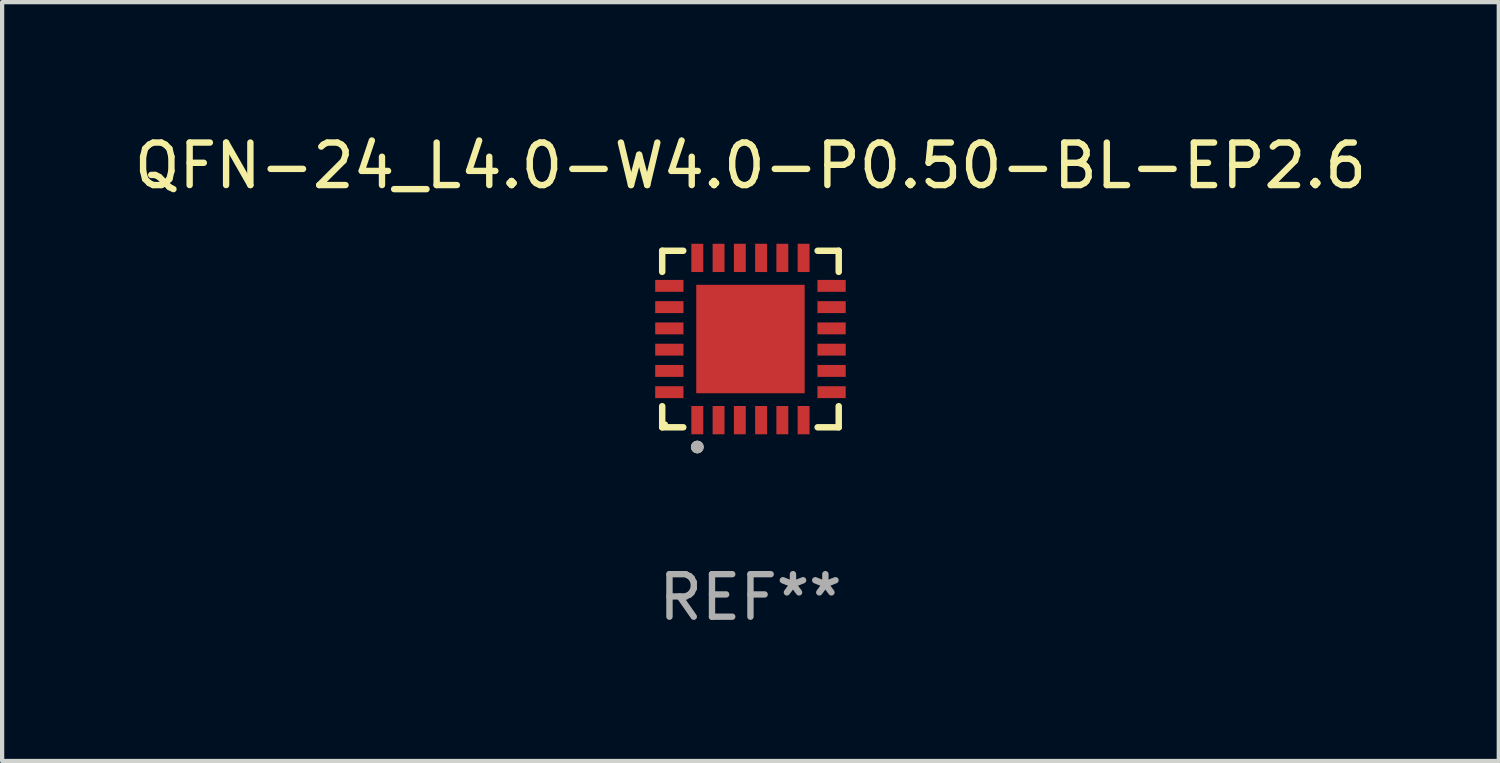
<source format=kicad_pcb>
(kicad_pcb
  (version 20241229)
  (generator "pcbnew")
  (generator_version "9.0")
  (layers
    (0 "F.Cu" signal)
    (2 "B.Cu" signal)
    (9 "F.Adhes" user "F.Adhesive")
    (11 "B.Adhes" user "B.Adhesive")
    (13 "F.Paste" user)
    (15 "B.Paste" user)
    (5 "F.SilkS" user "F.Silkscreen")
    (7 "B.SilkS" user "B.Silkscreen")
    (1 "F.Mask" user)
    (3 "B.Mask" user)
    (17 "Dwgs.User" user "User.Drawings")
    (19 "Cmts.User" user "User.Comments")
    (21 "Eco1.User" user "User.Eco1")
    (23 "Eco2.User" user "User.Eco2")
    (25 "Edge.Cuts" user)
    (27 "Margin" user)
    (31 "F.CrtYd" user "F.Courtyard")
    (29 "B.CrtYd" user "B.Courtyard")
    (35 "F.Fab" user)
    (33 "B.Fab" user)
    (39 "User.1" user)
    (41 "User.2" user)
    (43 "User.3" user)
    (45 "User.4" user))
  (footprint "QFN-24_L4.0-W4.0-P0.50-BL-EP2.6"
    (layer "F.Cu")
    (at 14.601 4.924)
    (property "Reference" "QFN-24_L4.0-W4.0-P0.50-BL-EP2.6" (at 0 -4.076 0) (layer "F.SilkS") (effects (font (size 1 1) (thickness 0.15))))
    (attr through_hole)
    (fp_line (start -2.076 -2.076) (end -1.58 -2.076) (stroke (width 0.152) (type solid)) (layer "F.SilkS"))
    (fp_line (start -2.076 -1.58) (end -2.076 -2.076) (stroke (width 0.152) (type solid)) (layer "F.SilkS"))
    (fp_line (start -2.076 1.58) (end -2.076 2.076) (stroke (width 0.152) (type solid)) (layer "F.SilkS"))
    (fp_line (start -2.076 2.076) (end -1.58 2.076) (stroke (width 0.152) (type solid)) (layer "F.SilkS"))
    (fp_line (start 2.076 -2.076) (end 1.58 -2.076) (stroke (width 0.152) (type solid)) (layer "F.SilkS"))
    (fp_line (start 2.076 -1.58) (end 2.076 -2.076) (stroke (width 0.152) (type solid)) (layer "F.SilkS"))
    (fp_line (start 2.076 1.58) (end 2.076 2.076) (stroke (width 0.152) (type solid)) (layer "F.SilkS"))
    (fp_line (start 2.076 2.076) (end 1.58 2.076) (stroke (width 0.152) (type solid)) (layer "F.SilkS"))
    (fp_circle (center -2 2) (end -1.97 2) (stroke (width 0.06) (type solid)) (fill no) (layer "F.SilkS"))
    (fp_circle (center -1.25 2.54) (end -1.175 2.54) (stroke (width 0.15) (type solid)) (fill no) (layer "F.SilkS"))
    (fp_circle (center -1.25 2.54) (end -1.175 2.54) (stroke (width 0.15) (type solid)) (fill no) (layer "F.Fab"))
    (fp_text user "REF**" (at 0 6.076 0) (layer "F.Fab") (effects (font (size 1 1) (thickness 0.15))))
    (pad "1" smd rect (at -1.25 1.908) (size 0.28 0.665) (layers "F.Cu" "F.Mask" "F.Paste"))
    (pad "2" smd rect (at -0.75 1.908) (size 0.28 0.665) (layers "F.Cu" "F.Mask" "F.Paste"))
    (pad "3" smd rect (at -0.25 1.908) (size 0.28 0.665) (layers "F.Cu" "F.Mask" "F.Paste"))
    (pad "4" smd rect (at 0.25 1.908) (size 0.28 0.665) (layers "F.Cu" "F.Mask" "F.Paste"))
    (pad "5" smd rect (at 0.75 1.908) (size 0.28 0.665) (layers "F.Cu" "F.Mask" "F.Paste"))
    (pad "6" smd rect (at 1.25 1.908) (size 0.28 0.665) (layers "F.Cu" "F.Mask" "F.Paste"))
    (pad "7" smd rect (at 1.908 1.25) (size 0.665 0.28) (layers "F.Cu" "F.Mask" "F.Paste"))
    (pad "8" smd rect (at 1.908 0.75) (size 0.665 0.28) (layers "F.Cu" "F.Mask" "F.Paste"))
    (pad "9" smd rect (at 1.908 0.25) (size 0.665 0.28) (layers "F.Cu" "F.Mask" "F.Paste"))
    (pad "10" smd rect (at 1.908 -0.25) (size 0.665 0.28) (layers "F.Cu" "F.Mask" "F.Paste"))
    (pad "11" smd rect (at 1.908 -0.75) (size 0.665 0.28) (layers "F.Cu" "F.Mask" "F.Paste"))
    (pad "12" smd rect (at 1.908 -1.25) (size 0.665 0.28) (layers "F.Cu" "F.Mask" "F.Paste"))
    (pad "13" smd rect (at 1.25 -1.908) (size 0.28 0.665) (layers "F.Cu" "F.Mask" "F.Paste"))
    (pad "14" smd rect (at 0.75 -1.908) (size 0.28 0.665) (layers "F.Cu" "F.Mask" "F.Paste"))
    (pad "15" smd rect (at 0.25 -1.908) (size 0.28 0.665) (layers "F.Cu" "F.Mask" "F.Paste"))
    (pad "16" smd rect (at -0.25 -1.908) (size 0.28 0.665) (layers "F.Cu" "F.Mask" "F.Paste"))
    (pad "17" smd rect (at -0.75 -1.908) (size 0.28 0.665) (layers "F.Cu" "F.Mask" "F.Paste"))
    (pad "18" smd rect (at -1.25 -1.908) (size 0.28 0.665) (layers "F.Cu" "F.Mask" "F.Paste"))
    (pad "19" smd rect (at -1.908 -1.25) (size 0.665 0.28) (layers "F.Cu" "F.Mask" "F.Paste"))
    (pad "20" smd rect (at -1.908 -0.75) (size 0.665 0.28) (layers "F.Cu" "F.Mask" "F.Paste"))
    (pad "21" smd rect (at -1.908 -0.25) (size 0.665 0.28) (layers "F.Cu" "F.Mask" "F.Paste"))
    (pad "22" smd rect (at -1.908 0.25) (size 0.665 0.28) (layers "F.Cu" "F.Mask" "F.Paste"))
    (pad "23" smd rect (at -1.908 0.75) (size 0.665 0.28) (layers "F.Cu" "F.Mask" "F.Paste"))
    (pad "24" smd rect (at -1.908 1.25) (size 0.665 0.28) (layers "F.Cu" "F.Mask" "F.Paste"))
    (pad "25" smd rect (at 0 0) (size 2.55 2.55) (layers "F.Cu" "F.Mask" "F.Paste")))
  (gr_rect
    (start -3 -3)
    (end 32.202 14.849)
    (stroke (width 0.1) (type default))
    (fill no)
    (layer "Edge.Cuts")))
</source>
